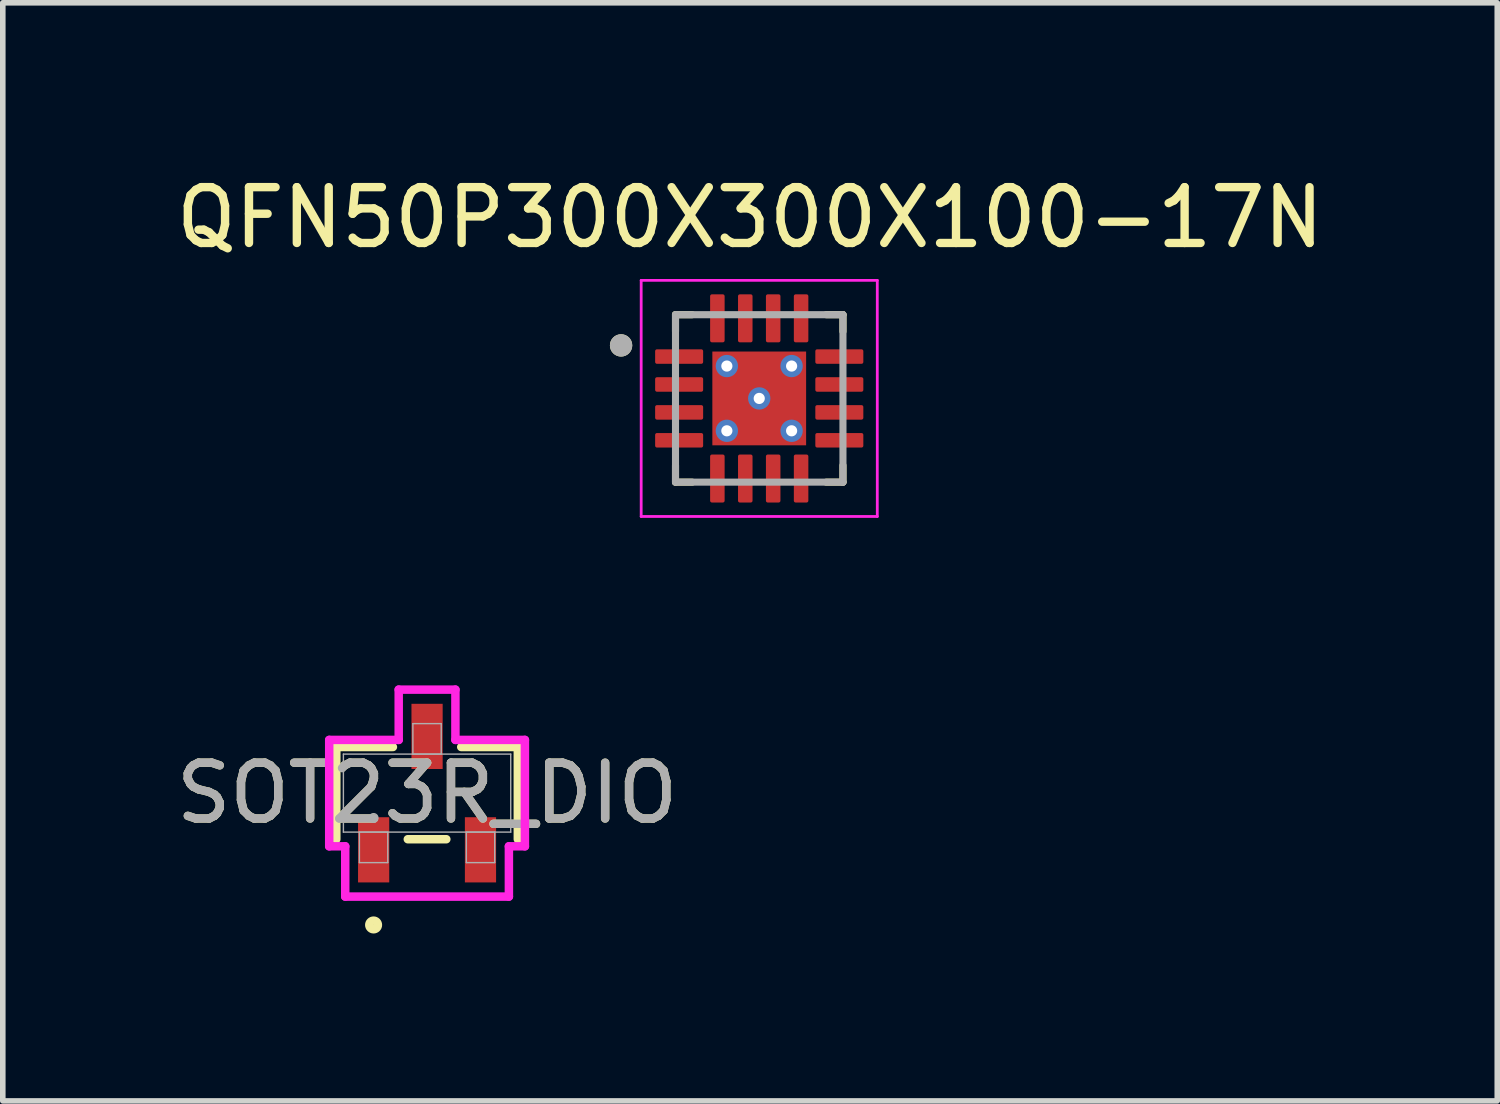
<source format=kicad_pcb>
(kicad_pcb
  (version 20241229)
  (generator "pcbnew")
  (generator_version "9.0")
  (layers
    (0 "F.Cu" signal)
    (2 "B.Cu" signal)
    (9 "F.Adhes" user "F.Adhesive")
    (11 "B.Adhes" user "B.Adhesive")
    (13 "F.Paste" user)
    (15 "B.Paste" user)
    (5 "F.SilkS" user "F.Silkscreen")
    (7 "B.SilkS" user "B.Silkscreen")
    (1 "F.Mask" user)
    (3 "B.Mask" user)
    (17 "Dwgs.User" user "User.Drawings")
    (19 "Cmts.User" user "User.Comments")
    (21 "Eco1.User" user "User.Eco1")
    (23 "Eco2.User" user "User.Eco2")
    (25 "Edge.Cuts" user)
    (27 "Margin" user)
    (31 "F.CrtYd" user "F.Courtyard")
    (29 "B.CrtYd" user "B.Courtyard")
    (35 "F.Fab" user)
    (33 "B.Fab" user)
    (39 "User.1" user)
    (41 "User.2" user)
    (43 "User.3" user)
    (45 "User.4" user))
  (footprint "QFN50P300X300X100-17N"
    (layer "F.Cu")
    (at 10.552 4.088)
    (property "Reference" "QFN50P300X300X100-17N" (at -0.165 -3.24 0) (layer "F.SilkS") (effects (font (size 1 1) (thickness 0.15))))
    (attr smd)
    (fp_line (start -1.5 -1.5) (end -1.5 -1.2) (stroke (width 0.127) (type solid)) (layer "F.SilkS"))
    (fp_line (start -1.5 -1.5) (end -1.2 -1.5) (stroke (width 0.127) (type solid)) (layer "F.SilkS"))
    (fp_line (start -1.5 1.5) (end -1.5 1.2) (stroke (width 0.127) (type solid)) (layer "F.SilkS"))
    (fp_line (start -1.5 1.5) (end -1.2 1.5) (stroke (width 0.127) (type solid)) (layer "F.SilkS"))
    (fp_line (start 1.5 -1.5) (end 1.2 -1.5) (stroke (width 0.127) (type solid)) (layer "F.SilkS"))
    (fp_line (start 1.5 -1.5) (end 1.5 -1.2) (stroke (width 0.127) (type solid)) (layer "F.SilkS"))
    (fp_line (start 1.5 1.5) (end 1.2 1.5) (stroke (width 0.127) (type solid)) (layer "F.SilkS"))
    (fp_line (start 1.5 1.5) (end 1.5 1.2) (stroke (width 0.127) (type solid)) (layer "F.SilkS"))
    (fp_circle (center -2.475 -0.95) (end -2.375 -0.95) (stroke (width 0.2) (type solid)) (fill no) (layer "F.SilkS"))
    (fp_poly (pts (xy -0.53 -0.53) (xy 0.53 -0.53) (xy 0.53 0.53) (xy -0.53 0.53)) (stroke (width 0.01) (type solid)) (fill yes) (layer "F.Paste"))
    (fp_line (start -2.115 -2.115) (end 2.115 -2.115) (stroke (width 0.05) (type solid)) (layer "F.CrtYd"))
    (fp_line (start -2.115 2.115) (end -2.115 -2.115) (stroke (width 0.05) (type solid)) (layer "F.CrtYd"))
    (fp_line (start -2.115 2.115) (end 2.115 2.115) (stroke (width 0.05) (type solid)) (layer "F.CrtYd"))
    (fp_line (start 2.115 2.115) (end 2.115 -2.115) (stroke (width 0.05) (type solid)) (layer "F.CrtYd"))
    (fp_line (start -1.5 1.5) (end -1.5 -1.5) (stroke (width 0.127) (type solid)) (layer "F.Fab"))
    (fp_line (start 1.5 -1.5) (end -1.5 -1.5) (stroke (width 0.127) (type solid)) (layer "F.Fab"))
    (fp_line (start 1.5 1.5) (end -1.5 1.5) (stroke (width 0.127) (type solid)) (layer "F.Fab"))
    (fp_line (start 1.5 1.5) (end 1.5 -1.5) (stroke (width 0.127) (type solid)) (layer "F.Fab"))
    (fp_circle (center -2.475 -0.95) (end -2.375 -0.95) (stroke (width 0.2) (type solid)) (fill no) (layer "F.Fab"))
    (pad "1" smd roundrect (at -1.435 -0.75) (size 0.86 0.26) (layers "F.Cu" "F.Mask" "F.Paste") (roundrect_rratio 0.125))
    (pad "2" smd roundrect (at -1.435 -0.25) (size 0.86 0.26) (layers "F.Cu" "F.Mask" "F.Paste") (roundrect_rratio 0.125))
    (pad "3" smd roundrect (at -1.435 0.25) (size 0.86 0.26) (layers "F.Cu" "F.Mask" "F.Paste") (roundrect_rratio 0.125))
    (pad "4" smd roundrect (at -1.435 0.75) (size 0.86 0.26) (layers "F.Cu" "F.Mask" "F.Paste") (roundrect_rratio 0.125))
    (pad "5" smd roundrect (at -0.75 1.435) (size 0.26 0.86) (layers "F.Cu" "F.Mask" "F.Paste") (roundrect_rratio 0.125))
    (pad "6" smd roundrect (at -0.25 1.435) (size 0.26 0.86) (layers "F.Cu" "F.Mask" "F.Paste") (roundrect_rratio 0.125))
    (pad "7" smd roundrect (at 0.25 1.435) (size 0.26 0.86) (layers "F.Cu" "F.Mask" "F.Paste") (roundrect_rratio 0.125))
    (pad "8" smd roundrect (at 0.75 1.435) (size 0.26 0.86) (layers "F.Cu" "F.Mask" "F.Paste") (roundrect_rratio 0.125))
    (pad "9" smd roundrect (at 1.435 0.75) (size 0.86 0.26) (layers "F.Cu" "F.Mask" "F.Paste") (roundrect_rratio 0.125))
    (pad "10" smd roundrect (at 1.435 0.25) (size 0.86 0.26) (layers "F.Cu" "F.Mask" "F.Paste") (roundrect_rratio 0.125))
    (pad "11" smd roundrect (at 1.435 -0.25) (size 0.86 0.26) (layers "F.Cu" "F.Mask" "F.Paste") (roundrect_rratio 0.125))
    (pad "12" smd roundrect (at 1.435 -0.75) (size 0.86 0.26) (layers "F.Cu" "F.Mask" "F.Paste") (roundrect_rratio 0.125))
    (pad "13" smd roundrect (at 0.75 -1.435) (size 0.26 0.86) (layers "F.Cu" "F.Mask" "F.Paste") (roundrect_rratio 0.125))
    (pad "14" smd roundrect (at 0.25 -1.435) (size 0.26 0.86) (layers "F.Cu" "F.Mask" "F.Paste") (roundrect_rratio 0.125))
    (pad "15" smd roundrect (at -0.25 -1.435) (size 0.26 0.86) (layers "F.Cu" "F.Mask" "F.Paste") (roundrect_rratio 0.125))
    (pad "16" smd roundrect (at -0.75 -1.435) (size 0.26 0.86) (layers "F.Cu" "F.Mask" "F.Paste") (roundrect_rratio 0.125))
    (pad "17" smd rect (at 0 0) (size 1.68 1.68) (layers "F.Cu" "F.Mask"))
    (pad "18" thru_hole circle (at 0 0) (size 0.4 0.4) (drill 0.2) (layers "*.Cu"))
    (pad "19" thru_hole circle (at -0.58 -0.58) (size 0.4 0.4) (drill 0.2) (layers "*.Cu"))
    (pad "20" thru_hole circle (at 0.58 -0.58) (size 0.4 0.4) (drill 0.2) (layers "*.Cu"))
    (pad "21" thru_hole circle (at -0.58 0.58) (size 0.4 0.4) (drill 0.2) (layers "*.Cu"))
    (pad "22" thru_hole circle (at 0.58 0.58) (size 0.4 0.4) (drill 0.2) (layers "*.Cu")))
  (footprint "SOT23R_DIO"
    (layer "F.Cu")
    (at 4.601 11.159)
    (property "Reference" "SOT23R_DIO" (at 0 0 0) (unlocked yes) (layer "F.SilkS") (effects (font (size 1 1) (thickness 0.15))))
    (attr smd)
    (fp_line (start -1.626 -0.826) (end -1.626 0.826) (stroke (width 0.152) (type solid)) (layer "F.SilkS"))
    (fp_line (start -0.612 -0.826) (end -1.626 -0.826) (stroke (width 0.152) (type solid)) (layer "F.SilkS"))
    (fp_line (start -0.345 0.826) (end 0.345 0.826) (stroke (width 0.152) (type solid)) (layer "F.SilkS"))
    (fp_line (start 1.626 -0.826) (end 0.612 -0.826) (stroke (width 0.152) (type solid)) (layer "F.SilkS"))
    (fp_line (start 1.626 0.826) (end 1.626 -0.826) (stroke (width 0.152) (type solid)) (layer "F.SilkS"))
    (fp_circle (center -0.958 2.362) (end -0.881 2.362) (stroke (width 0.152) (type solid)) (fill no) (layer "F.SilkS"))
    (fp_line (start -1.753 -0.953) (end -0.508 -0.953) (stroke (width 0.152) (type solid)) (layer "F.CrtYd"))
    (fp_line (start -1.753 0.953) (end -1.753 -0.953) (stroke (width 0.152) (type solid)) (layer "F.CrtYd"))
    (fp_line (start -1.753 0.953) (end -1.466 0.953) (stroke (width 0.152) (type solid)) (layer "F.CrtYd"))
    (fp_line (start -1.466 0.953) (end -1.466 1.854) (stroke (width 0.152) (type solid)) (layer "F.CrtYd"))
    (fp_line (start -1.466 1.854) (end 1.466 1.854) (stroke (width 0.152) (type solid)) (layer "F.CrtYd"))
    (fp_line (start -0.508 -1.854) (end 0.508 -1.854) (stroke (width 0.152) (type solid)) (layer "F.CrtYd"))
    (fp_line (start -0.508 -0.953) (end -0.508 -1.854) (stroke (width 0.152) (type solid)) (layer "F.CrtYd"))
    (fp_line (start 0.508 -0.953) (end 0.508 -1.854) (stroke (width 0.152) (type solid)) (layer "F.CrtYd"))
    (fp_line (start 1.466 0.953) (end 1.466 1.854) (stroke (width 0.152) (type solid)) (layer "F.CrtYd"))
    (fp_line (start 1.753 -0.953) (end 0.508 -0.953) (stroke (width 0.152) (type solid)) (layer "F.CrtYd"))
    (fp_line (start 1.753 -0.953) (end 1.753 0.953) (stroke (width 0.152) (type solid)) (layer "F.CrtYd"))
    (fp_line (start 1.753 0.953) (end 1.466 0.953) (stroke (width 0.152) (type solid)) (layer "F.CrtYd"))
    (fp_line (start -1.499 -0.699) (end -1.499 0.699) (stroke (width 0.025) (type solid)) (layer "F.Fab"))
    (fp_line (start -1.499 0.699) (end 1.499 0.699) (stroke (width 0.025) (type solid)) (layer "F.Fab"))
    (fp_line (start -1.212 0.699) (end -1.212 1.245) (stroke (width 0.025) (type solid)) (layer "F.Fab"))
    (fp_line (start -1.212 1.245) (end -0.704 1.245) (stroke (width 0.025) (type solid)) (layer "F.Fab"))
    (fp_line (start -0.704 0.699) (end -1.212 0.699) (stroke (width 0.025) (type solid)) (layer "F.Fab"))
    (fp_line (start -0.704 1.245) (end -0.704 0.699) (stroke (width 0.025) (type solid)) (layer "F.Fab"))
    (fp_line (start -0.254 -1.245) (end -0.254 -0.699) (stroke (width 0.025) (type solid)) (layer "F.Fab"))
    (fp_line (start -0.254 -0.699) (end 0.254 -0.699) (stroke (width 0.025) (type solid)) (layer "F.Fab"))
    (fp_line (start 0.254 -1.245) (end -0.254 -1.245) (stroke (width 0.025) (type solid)) (layer "F.Fab"))
    (fp_line (start 0.254 -0.699) (end 0.254 -1.245) (stroke (width 0.025) (type solid)) (layer "F.Fab"))
    (fp_line (start 0.704 0.699) (end 0.704 1.245) (stroke (width 0.025) (type solid)) (layer "F.Fab"))
    (fp_line (start 0.704 1.245) (end 1.212 1.245) (stroke (width 0.025) (type solid)) (layer "F.Fab"))
    (fp_line (start 1.212 0.699) (end 0.704 0.699) (stroke (width 0.025) (type solid)) (layer "F.Fab"))
    (fp_line (start 1.212 1.245) (end 1.212 0.699) (stroke (width 0.025) (type solid)) (layer "F.Fab"))
    (fp_line (start 1.499 -0.699) (end -1.499 -0.699) (stroke (width 0.025) (type solid)) (layer "F.Fab"))
    (fp_line (start 1.499 0.699) (end 1.499 -0.699) (stroke (width 0.025) (type solid)) (layer "F.Fab"))
    (fp_circle (center -0.958 0.445) (end -0.881 0.445) (stroke (width 0.025) (type solid)) (fill no) (layer "F.Fab"))
    (fp_text user "${REFERENCE}" (at 0 0 0) (unlocked yes) (layer "F.Fab") (effects (font (size 1 1) (thickness 0.15))))
    (pad "1" smd rect (at -0.957 1.016) (size 0.559 1.168) (layers "F.Cu" "F.Mask" "F.Paste"))
    (pad "2" smd rect (at 0.957 1.016) (size 0.559 1.168) (layers "F.Cu" "F.Mask" "F.Paste"))
    (pad "3" smd rect (at 0 -1.016) (size 0.559 1.168) (layers "F.Cu" "F.Mask" "F.Paste")))
  (gr_rect
    (start -3 -3)
    (end 23.774 16.673)
    (stroke (width 0.1) (type default))
    (fill no)
    (layer "Edge.Cuts")))
</source>
